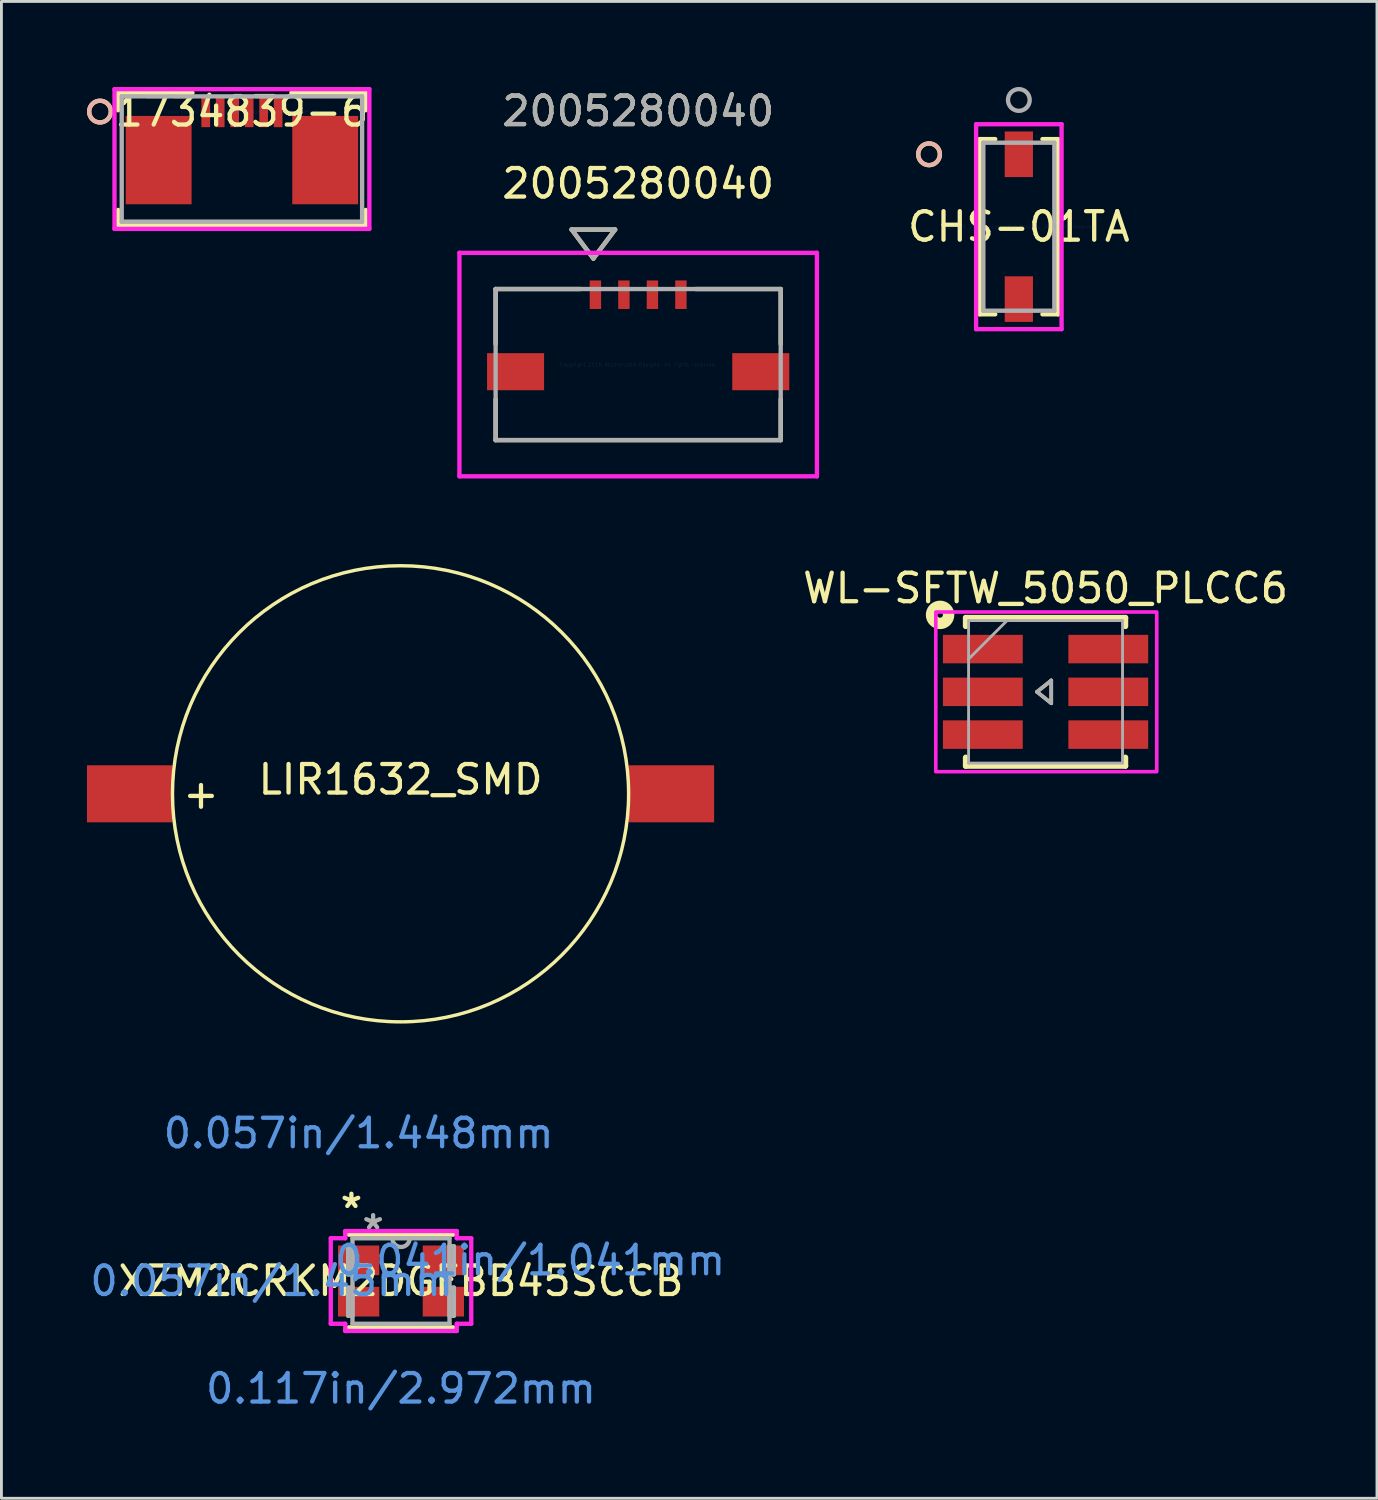
<source format=kicad_pcb>
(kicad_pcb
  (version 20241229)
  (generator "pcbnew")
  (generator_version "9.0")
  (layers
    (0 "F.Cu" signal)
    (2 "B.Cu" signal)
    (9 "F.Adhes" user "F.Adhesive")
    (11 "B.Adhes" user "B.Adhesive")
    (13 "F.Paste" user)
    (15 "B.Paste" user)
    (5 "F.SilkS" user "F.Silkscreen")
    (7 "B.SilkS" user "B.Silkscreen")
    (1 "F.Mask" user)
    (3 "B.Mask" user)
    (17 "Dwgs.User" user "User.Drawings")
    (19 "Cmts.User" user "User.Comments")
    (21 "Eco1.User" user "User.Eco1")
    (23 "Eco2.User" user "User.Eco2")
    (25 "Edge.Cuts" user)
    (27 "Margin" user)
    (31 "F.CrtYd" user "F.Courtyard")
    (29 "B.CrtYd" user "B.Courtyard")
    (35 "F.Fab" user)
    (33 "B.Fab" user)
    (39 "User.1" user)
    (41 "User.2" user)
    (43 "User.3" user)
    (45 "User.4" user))
  (footprint "CHS-01TA"
    (layer "F.Cu")
    (at 32.688 4.902)
    (property "Reference" "CHS-01TA" (at 0 0 0) (layer "F.SilkS") (effects (font (size 1 1) (thickness 0.15))))
    (attr through_hole)
    (fp_line (start -1.372 -3.073) (end -1.372 3.073) (stroke (width 0.152) (type solid)) (layer "F.SilkS"))
    (fp_line (start -1.372 3.073) (end -0.828 3.073) (stroke (width 0.152) (type solid)) (layer "F.SilkS"))
    (fp_line (start -0.828 -3.073) (end -1.372 -3.073) (stroke (width 0.152) (type solid)) (layer "F.SilkS"))
    (fp_line (start 0.828 3.073) (end 1.372 3.073) (stroke (width 0.152) (type solid)) (layer "F.SilkS"))
    (fp_line (start 1.372 -3.073) (end 0.828 -3.073) (stroke (width 0.152) (type solid)) (layer "F.SilkS"))
    (fp_line (start 1.372 3.073) (end 1.372 -3.073) (stroke (width 0.152) (type solid)) (layer "F.SilkS"))
    (fp_circle (center -3.15 -2.54) (end -2.769 -2.54) (stroke (width 0.152) (type solid)) (fill no) (layer "F.SilkS"))
    (fp_circle (center -3.15 -2.54) (end -2.769 -2.54) (stroke (width 0.152) (type solid)) (fill no) (layer "B.SilkS"))
    (fp_line (start -1.499 -3.594) (end -1.499 3.594) (stroke (width 0.152) (type solid)) (layer "F.CrtYd"))
    (fp_line (start -1.499 3.594) (end 1.499 3.594) (stroke (width 0.152) (type solid)) (layer "F.CrtYd"))
    (fp_line (start 1.499 -3.594) (end -1.499 -3.594) (stroke (width 0.152) (type solid)) (layer "F.CrtYd"))
    (fp_line (start 1.499 3.594) (end 1.499 -3.594) (stroke (width 0.152) (type solid)) (layer "F.CrtYd"))
    (fp_line (start -1.245 -2.946) (end -1.245 2.946) (stroke (width 0.152) (type solid)) (layer "F.Fab"))
    (fp_line (start -1.245 2.946) (end 1.245 2.946) (stroke (width 0.152) (type solid)) (layer "F.Fab"))
    (fp_line (start 1.245 -2.946) (end -1.245 -2.946) (stroke (width 0.152) (type solid)) (layer "F.Fab"))
    (fp_line (start 1.245 2.946) (end 1.245 -2.946) (stroke (width 0.152) (type solid)) (layer "F.Fab"))
    (fp_circle (center 0 -4.445) (end 0.381 -4.445) (stroke (width 0.152) (type solid)) (fill no) (layer "F.Fab"))
    (fp_text user "Copyright 2016 Accelerated Designs. All rights reserved." (at 0 0 0) (layer "Cmts.User") (effects (font (size 0.127 0.127) (thickness 0.002))))
    (pad "1" smd rect (at 0 -2.54) (size 0.991 1.6) (layers "F.Cu" "F.Mask" "F.Paste"))
    (pad "2" smd rect (at 0 2.54) (size 0.991 1.6) (layers "F.Cu" "F.Mask" "F.Paste")))
  (footprint "WL-SFTW_5050_PLCC6"
    (layer "F.Cu")
    (at 33.625 21.218)
    (property "Reference" "WL-SFTW_5050_PLCC6" (at 0 -3.635 0) (layer "F.SilkS") (effects (font (size 1 1) (thickness 0.15))))
    (attr smd)
    (fp_line (start -2.8 -2.6) (end -2.8 -2.3) (stroke (width 0.2) (type solid)) (layer "F.SilkS"))
    (fp_line (start -2.8 -2.6) (end 2.8 -2.6) (stroke (width 0.2) (type solid)) (layer "F.SilkS"))
    (fp_line (start -2.8 2.6) (end -2.8 2.3) (stroke (width 0.2) (type solid)) (layer "F.SilkS"))
    (fp_line (start -2.8 2.6) (end 2.8 2.6) (stroke (width 0.2) (type solid)) (layer "F.SilkS"))
    (fp_line (start -0.3 0) (end 0.2 -0.4) (stroke (width 0.127) (type solid)) (layer "F.SilkS"))
    (fp_line (start 0.2 -0.4) (end 0.2 0.4) (stroke (width 0.127) (type solid)) (layer "F.SilkS"))
    (fp_line (start 0.2 0.4) (end -0.3 0) (stroke (width 0.127) (type solid)) (layer "F.SilkS"))
    (fp_line (start 2.8 -2.6) (end 2.8 -2.3) (stroke (width 0.2) (type solid)) (layer "F.SilkS"))
    (fp_line (start 2.8 2.6) (end 2.8 2.3) (stroke (width 0.2) (type solid)) (layer "F.SilkS"))
    (fp_circle (center -3.7 -2.7) (end -3.6 -2.7) (stroke (width 0.4) (type solid)) (fill no) (layer "F.SilkS"))
    (fp_poly (pts (xy -3.85 -2.8) (xy 3.9 -2.8) (xy 3.9 2.8) (xy -3.85 2.8)) (stroke (width 0.127) (type solid)) (fill no) (layer "F.CrtYd"))
    (fp_line (start -2.7 -2.5) (end -1.35 -2.5) (stroke (width 0.1) (type solid)) (layer "F.Fab"))
    (fp_line (start -2.7 -1.15) (end -2.7 -2.5) (stroke (width 0.1) (type solid)) (layer "F.Fab"))
    (fp_line (start -2.7 -1.15) (end -1.35 -2.5) (stroke (width 0.1) (type solid)) (layer "F.Fab"))
    (fp_line (start -2.7 2.5) (end -2.7 -1.15) (stroke (width 0.1) (type solid)) (layer "F.Fab"))
    (fp_line (start -1.35 -2.5) (end 2.7 -2.5) (stroke (width 0.1) (type solid)) (layer "F.Fab"))
    (fp_line (start -0.3 0) (end 0.2 -0.4) (stroke (width 0.127) (type solid)) (layer "F.Fab"))
    (fp_line (start 0.2 -0.4) (end 0.2 0.4) (stroke (width 0.127) (type solid)) (layer "F.Fab"))
    (fp_line (start 0.2 0.4) (end -0.3 0) (stroke (width 0.127) (type solid)) (layer "F.Fab"))
    (fp_line (start 2.7 -2.5) (end 2.7 2.5) (stroke (width 0.1) (type solid)) (layer "F.Fab"))
    (fp_line (start 2.7 2.5) (end -2.7 2.5) (stroke (width 0.1) (type solid)) (layer "F.Fab"))
    (pad "1" smd rect (at -2.2 -1.5) (size 2.8 1) (layers "F.Cu" "F.Mask" "F.Paste"))
    (pad "2" smd rect (at 2.2 -1.5) (size 2.8 1) (layers "F.Cu" "F.Mask" "F.Paste"))
    (pad "3" smd rect (at -2.2 0) (size 2.8 1) (layers "F.Cu" "F.Mask" "F.Paste"))
    (pad "4" smd rect (at 2.2 0) (size 2.8 1) (layers "F.Cu" "F.Mask" "F.Paste"))
    (pad "5" smd rect (at -2.2 1.5) (size 2.8 1) (layers "F.Cu" "F.Mask" "F.Paste"))
    (pad "6" smd rect (at 2.2 1.5) (size 2.8 1) (layers "F.Cu" "F.Mask" "F.Paste")))
  (footprint "XZM2CRKM2DGFBB45SCCB"
    (layer "F.Cu")
    (at 11.016 41.884)
    (property "Reference" "XZM2CRKM2DGFBB45SCCB" (at 0 0 0) (layer "F.SilkS") (effects (font (size 1 1) (thickness 0.15))))
    (attr through_hole)
    (fp_line (start -1.829 1.626) (end 1.829 1.626) (stroke (width 0.152) (type solid)) (layer "F.SilkS"))
    (fp_line (start 1.829 -1.626) (end -1.829 -1.626) (stroke (width 0.152) (type solid)) (layer "F.SilkS"))
    (fp_line (start -2.464 -1.5) (end -1.956 -1.5) (stroke (width 0.152) (type solid)) (layer "F.CrtYd"))
    (fp_line (start -2.464 1.5) (end -2.464 -1.5) (stroke (width 0.152) (type solid)) (layer "F.CrtYd"))
    (fp_line (start -2.464 1.5) (end -1.956 1.5) (stroke (width 0.152) (type solid)) (layer "F.CrtYd"))
    (fp_line (start -1.956 -1.753) (end 1.956 -1.753) (stroke (width 0.152) (type solid)) (layer "F.CrtYd"))
    (fp_line (start -1.956 -1.5) (end -1.956 -1.753) (stroke (width 0.152) (type solid)) (layer "F.CrtYd"))
    (fp_line (start -1.956 1.753) (end -1.956 1.5) (stroke (width 0.152) (type solid)) (layer "F.CrtYd"))
    (fp_line (start 1.956 -1.753) (end 1.956 -1.5) (stroke (width 0.152) (type solid)) (layer "F.CrtYd"))
    (fp_line (start 1.956 1.5) (end 1.956 1.753) (stroke (width 0.152) (type solid)) (layer "F.CrtYd"))
    (fp_line (start 1.956 1.753) (end -1.956 1.753) (stroke (width 0.152) (type solid)) (layer "F.CrtYd"))
    (fp_line (start 2.464 -1.5) (end 1.956 -1.5) (stroke (width 0.152) (type solid)) (layer "F.CrtYd"))
    (fp_line (start 2.464 -1.5) (end 2.464 1.5) (stroke (width 0.152) (type solid)) (layer "F.CrtYd"))
    (fp_line (start 2.464 1.5) (end 1.956 1.5) (stroke (width 0.152) (type solid)) (layer "F.CrtYd"))
    (fp_line (start -1.854 -1.22) (end -1.854 -0.23) (stroke (width 0.152) (type solid)) (layer "F.Fab"))
    (fp_line (start -1.854 -0.23) (end -1.702 -0.23) (stroke (width 0.152) (type solid)) (layer "F.Fab"))
    (fp_line (start -1.854 0.23) (end -1.854 1.22) (stroke (width 0.152) (type solid)) (layer "F.Fab"))
    (fp_line (start -1.854 1.22) (end -1.702 1.22) (stroke (width 0.152) (type solid)) (layer "F.Fab"))
    (fp_line (start -1.702 -1.499) (end -1.702 1.499) (stroke (width 0.152) (type solid)) (layer "F.Fab"))
    (fp_line (start -1.702 -1.22) (end -1.854 -1.22) (stroke (width 0.152) (type solid)) (layer "F.Fab"))
    (fp_line (start -1.702 -0.23) (end -1.702 -1.22) (stroke (width 0.152) (type solid)) (layer "F.Fab"))
    (fp_line (start -1.702 0.23) (end -1.854 0.23) (stroke (width 0.152) (type solid)) (layer "F.Fab"))
    (fp_line (start -1.702 1.22) (end -1.702 0.23) (stroke (width 0.152) (type solid)) (layer "F.Fab"))
    (fp_line (start -1.702 1.499) (end 1.702 1.499) (stroke (width 0.152) (type solid)) (layer "F.Fab"))
    (fp_line (start 1.702 -1.499) (end -1.702 -1.499) (stroke (width 0.152) (type solid)) (layer "F.Fab"))
    (fp_line (start 1.702 -1.22) (end 1.702 -0.23) (stroke (width 0.152) (type solid)) (layer "F.Fab"))
    (fp_line (start 1.702 -0.23) (end 1.854 -0.23) (stroke (width 0.152) (type solid)) (layer "F.Fab"))
    (fp_line (start 1.702 0.23) (end 1.702 1.22) (stroke (width 0.152) (type solid)) (layer "F.Fab"))
    (fp_line (start 1.702 1.22) (end 1.854 1.22) (stroke (width 0.152) (type solid)) (layer "F.Fab"))
    (fp_line (start 1.702 1.499) (end 1.702 -1.499) (stroke (width 0.152) (type solid)) (layer "F.Fab"))
    (fp_line (start 1.854 -1.22) (end 1.702 -1.22) (stroke (width 0.152) (type solid)) (layer "F.Fab"))
    (fp_line (start 1.854 -0.23) (end 1.854 -1.22) (stroke (width 0.152) (type solid)) (layer "F.Fab"))
    (fp_line (start 1.854 0.23) (end 1.702 0.23) (stroke (width 0.152) (type solid)) (layer "F.Fab"))
    (fp_line (start 1.854 1.22) (end 1.854 0.23) (stroke (width 0.152) (type solid)) (layer "F.Fab"))
    (fp_arc (start 0.3048 -1.4986) (mid 0 -1.1938) (end -0.3048 -1.4986) (stroke (width 0.1524) (type solid)) (layer "F.Fab"))
    (fp_text user "*" (at -1.74 -2.516 0) (layer "F.SilkS") (effects (font (size 1 1) (thickness 0.15))))
    (fp_text user "0.117in/2.972mm" (at 0 3.773 0) (layer "Cmts.User") (effects (font (size 1 1) (thickness 0.15))))
    (fp_text user "0.041in/1.041mm" (at 4.534 -0.725 0) (layer "Cmts.User") (effects (font (size 1 1) (thickness 0.15))))
    (fp_text user "Copyright 2016 Accelerated Designs. All rights reserved." (at 0 0 0) (layer "Cmts.User") (effects (font (size 0.127 0.127) (thickness 0.002))))
    (fp_text user "0.057in/1.448mm" (at -1.486 -5.182 0) (layer "Cmts.User") (effects (font (size 1 1) (thickness 0.15))))
    (fp_text user "0.057in/1.45mm" (at -4.534 0 0) (layer "Cmts.User") (effects (font (size 1 1) (thickness 0.15))))
    (fp_text user "*" (at -0.978 -1.766 0) (layer "F.Fab") (effects (font (size 1 1) (thickness 0.15))))
    (pad "1" smd rect (at -1.486 -0.725) (size 1.448 1.041) (layers "F.Cu" "F.Mask" "F.Paste"))
    (pad "2" smd rect (at 1.486 -0.725) (size 1.448 1.041) (layers "F.Cu" "F.Mask" "F.Paste"))
    (pad "3" smd rect (at 1.486 0.725) (size 1.448 1.041) (layers "F.Cu" "F.Mask" "F.Paste"))
    (pad "4" smd rect (at -1.486 0.725) (size 1.448 1.041) (layers "F.Cu" "F.Mask" "F.Paste")))
  (footprint "2005280040"
    (layer "F.Cu")
    (at 19.335 9.738)
    (property "Reference" "2005280040" (at 0 -6.35 0) (layer "F.SilkS") (effects (font (size 1 1) (thickness 0.15))))
    (attr through_hole)
    (fp_line (start -5 -2.65) (end -5 -0.72) (stroke (width 0.152) (type solid)) (layer "F.SilkS"))
    (fp_line (start -5 1.22) (end -5 2.65) (stroke (width 0.152) (type solid)) (layer "F.SilkS"))
    (fp_line (start -5 2.65) (end 5 2.65) (stroke (width 0.152) (type solid)) (layer "F.SilkS"))
    (fp_line (start -2.333 -4.736) (end -1.571 -3.72) (stroke (width 0.152) (type solid)) (layer "F.SilkS"))
    (fp_line (start -2.333 -4.736) (end -0.809 -4.736) (stroke (width 0.152) (type solid)) (layer "F.SilkS"))
    (fp_line (start -2.02 -2.65) (end -5 -2.65) (stroke (width 0.152) (type solid)) (layer "F.SilkS"))
    (fp_line (start -0.809 -4.736) (end -1.571 -3.72) (stroke (width 0.152) (type solid)) (layer "F.SilkS"))
    (fp_line (start 5 -2.65) (end 2.02 -2.65) (stroke (width 0.152) (type solid)) (layer "F.SilkS"))
    (fp_line (start 5 -0.72) (end 5 -2.65) (stroke (width 0.152) (type solid)) (layer "F.SilkS"))
    (fp_line (start 5 2.65) (end 5 1.22) (stroke (width 0.152) (type solid)) (layer "F.SilkS"))
    (fp_line (start -6.27 -3.92) (end -6.27 3.92) (stroke (width 0.152) (type solid)) (layer "F.CrtYd"))
    (fp_line (start -6.27 3.92) (end 6.27 3.92) (stroke (width 0.152) (type solid)) (layer "F.CrtYd"))
    (fp_line (start 6.27 -3.92) (end -6.27 -3.92) (stroke (width 0.152) (type solid)) (layer "F.CrtYd"))
    (fp_line (start 6.27 3.92) (end 6.27 -3.92) (stroke (width 0.152) (type solid)) (layer "F.CrtYd"))
    (fp_line (start -5 -2.65) (end -5 2.65) (stroke (width 0.152) (type solid)) (layer "F.Fab"))
    (fp_line (start -5 2.65) (end 5 2.65) (stroke (width 0.152) (type solid)) (layer "F.Fab"))
    (fp_line (start -2.333 -4.736) (end -1.571 -3.72) (stroke (width 0.152) (type solid)) (layer "F.Fab"))
    (fp_line (start -2.333 -4.736) (end -0.809 -4.736) (stroke (width 0.152) (type solid)) (layer "F.Fab"))
    (fp_line (start -0.809 -4.736) (end -1.571 -3.72) (stroke (width 0.152) (type solid)) (layer "F.Fab"))
    (fp_line (start 5 -2.65) (end -5 -2.65) (stroke (width 0.152) (type solid)) (layer "F.Fab"))
    (fp_line (start 5 2.65) (end 5 -2.65) (stroke (width 0.152) (type solid)) (layer "F.Fab"))
    (fp_text user "2005280040" (at 0 -8.89 0) (layer "F.SilkS") (effects (font (size 1 1) (thickness 0.15))))
    (fp_text user "Copyright 2016 Accelerated Designs. All rights reserved." (at 0 0 0) (layer "Cmts.User") (effects (font (size 0.127 0.127) (thickness 0.002))))
    (fp_text user "2005280040" (at 0 -8.89 0) (layer "F.Fab") (effects (font (size 1 1) (thickness 0.15))))
    (pad "1" smd rect (at -1.5 -2.45) (size 0.4 1) (layers "F.Cu" "F.Mask" "F.Paste"))
    (pad "2" smd rect (at -0.5 -2.45) (size 0.4 1) (layers "F.Cu" "F.Mask" "F.Paste"))
    (pad "3" smd rect (at 0.5 -2.45) (size 0.4 1) (layers "F.Cu" "F.Mask" "F.Paste"))
    (pad "4" smd rect (at 1.5 -2.45) (size 0.4 1) (layers "F.Cu" "F.Mask" "F.Paste"))
    (pad "P1" smd rect (at -4.3 0.25) (size 2 1.3) (layers "F.Cu" "F.Mask" "F.Paste"))
    (pad "P2" smd rect (at 4.3 0.25) (size 2 1.3) (layers "F.Cu" "F.Mask" "F.Paste")))
  (footprint "1734839-6"
    (layer "F.Cu")
    (at 5.436 0.864)
    (property "Reference" "1734839-6" (at 0 0 0) (layer "F.SilkS") (effects (font (size 1 1) (thickness 0.15))))
    (attr through_hole)
    (fp_line (start -4.343 -0.66) (end -4.343 -0.047) (stroke (width 0.152) (type solid)) (layer "F.SilkS"))
    (fp_line (start -4.343 3.45) (end -4.343 3.988) (stroke (width 0.152) (type solid)) (layer "F.SilkS"))
    (fp_line (start -4.343 3.988) (end 4.343 3.988) (stroke (width 0.152) (type solid)) (layer "F.SilkS"))
    (fp_line (start -1.735 -0.66) (end -4.343 -0.66) (stroke (width 0.152) (type solid)) (layer "F.SilkS"))
    (fp_line (start 4.343 -0.66) (end 1.735 -0.66) (stroke (width 0.152) (type solid)) (layer "F.SilkS"))
    (fp_line (start 4.343 -0.047) (end 4.343 -0.66) (stroke (width 0.152) (type solid)) (layer "F.SilkS"))
    (fp_line (start 4.343 3.988) (end 4.343 3.45) (stroke (width 0.152) (type solid)) (layer "F.SilkS"))
    (fp_circle (center -4.978 0) (end -4.597 0) (stroke (width 0.152) (type solid)) (fill no) (layer "F.SilkS"))
    (fp_circle (center -4.978 0) (end -4.597 0) (stroke (width 0.152) (type solid)) (fill no) (layer "B.SilkS"))
    (fp_line (start -4.47 -0.787) (end -4.47 4.115) (stroke (width 0.152) (type solid)) (layer "F.CrtYd"))
    (fp_line (start -4.47 4.115) (end 4.47 4.115) (stroke (width 0.152) (type solid)) (layer "F.CrtYd"))
    (fp_line (start 4.47 -0.787) (end -4.47 -0.787) (stroke (width 0.152) (type solid)) (layer "F.CrtYd"))
    (fp_line (start 4.47 4.115) (end 4.47 -0.787) (stroke (width 0.152) (type solid)) (layer "F.CrtYd"))
    (fp_line (start -4.216 -0.533) (end -4.216 3.861) (stroke (width 0.152) (type solid)) (layer "F.Fab"))
    (fp_line (start -4.216 3.861) (end 4.216 3.861) (stroke (width 0.152) (type solid)) (layer "F.Fab"))
    (fp_line (start 4.216 -0.533) (end -4.216 -0.533) (stroke (width 0.152) (type solid)) (layer "F.Fab"))
    (fp_line (start 4.216 3.861) (end 4.216 -0.533) (stroke (width 0.152) (type solid)) (layer "F.Fab"))
    (fp_text user "Copyright 2016 Accelerated Designs. All rights reserved." (at 0 0 0) (layer "Cmts.User") (effects (font (size 0.127 0.127) (thickness 0.002))))
    (pad "1" smd rect (at -1.27 0) (size 0.305 1.092) (layers "F.Cu" "F.Mask" "F.Paste"))
    (pad "2" smd rect (at -0.762 0) (size 0.305 1.092) (layers "F.Cu" "F.Mask" "F.Paste"))
    (pad "3" smd rect (at -0.254 0) (size 0.305 1.092) (layers "F.Cu" "F.Mask" "F.Paste"))
    (pad "4" smd rect (at 0.254 0) (size 0.305 1.092) (layers "F.Cu" "F.Mask" "F.Paste"))
    (pad "5" smd rect (at 0.762 0) (size 0.305 1.092) (layers "F.Cu" "F.Mask" "F.Paste"))
    (pad "6" smd rect (at 1.27 0) (size 0.305 1.092) (layers "F.Cu" "F.Mask" "F.Paste"))
    (pad "7" smd rect (at -2.921 1.702) (size 2.311 3.099) (layers "F.Cu" "F.Mask" "F.Paste"))
    (pad "8" smd rect (at 2.921 1.702) (size 2.311 3.099) (layers "F.Cu" "F.Mask" "F.Paste")))
  (footprint "LIR1632_SMD"
    (layer "F.Cu")
    (at 11 24.794)
    (property "Reference" "LIR1632_SMD" (at 0 -0.5 0) (layer "F.SilkS") (effects (font (size 1 1) (thickness 0.15))))
    (attr through_hole)
    (fp_circle (center 0 0) (end 8 0) (stroke (width 0.12) (type solid)) (fill no) (layer "F.SilkS"))
    (fp_text user "+" (at -7 0 0) (layer "F.SilkS") (effects (font (size 1 1) (thickness 0.15))))
    (pad "1" smd rect (at -9.5 0) (size 3 2) (layers "F.Cu" "F.Mask" "F.Paste"))
    (pad "2" smd rect (at 9.5 0) (size 3 2) (layers "F.Cu" "F.Mask" "F.Paste")))
  (gr_rect
    (start -3 -3)
    (end 45.25 49.506)
    (stroke (width 0.1) (type default))
    (fill no)
    (layer "Edge.Cuts")))
</source>
